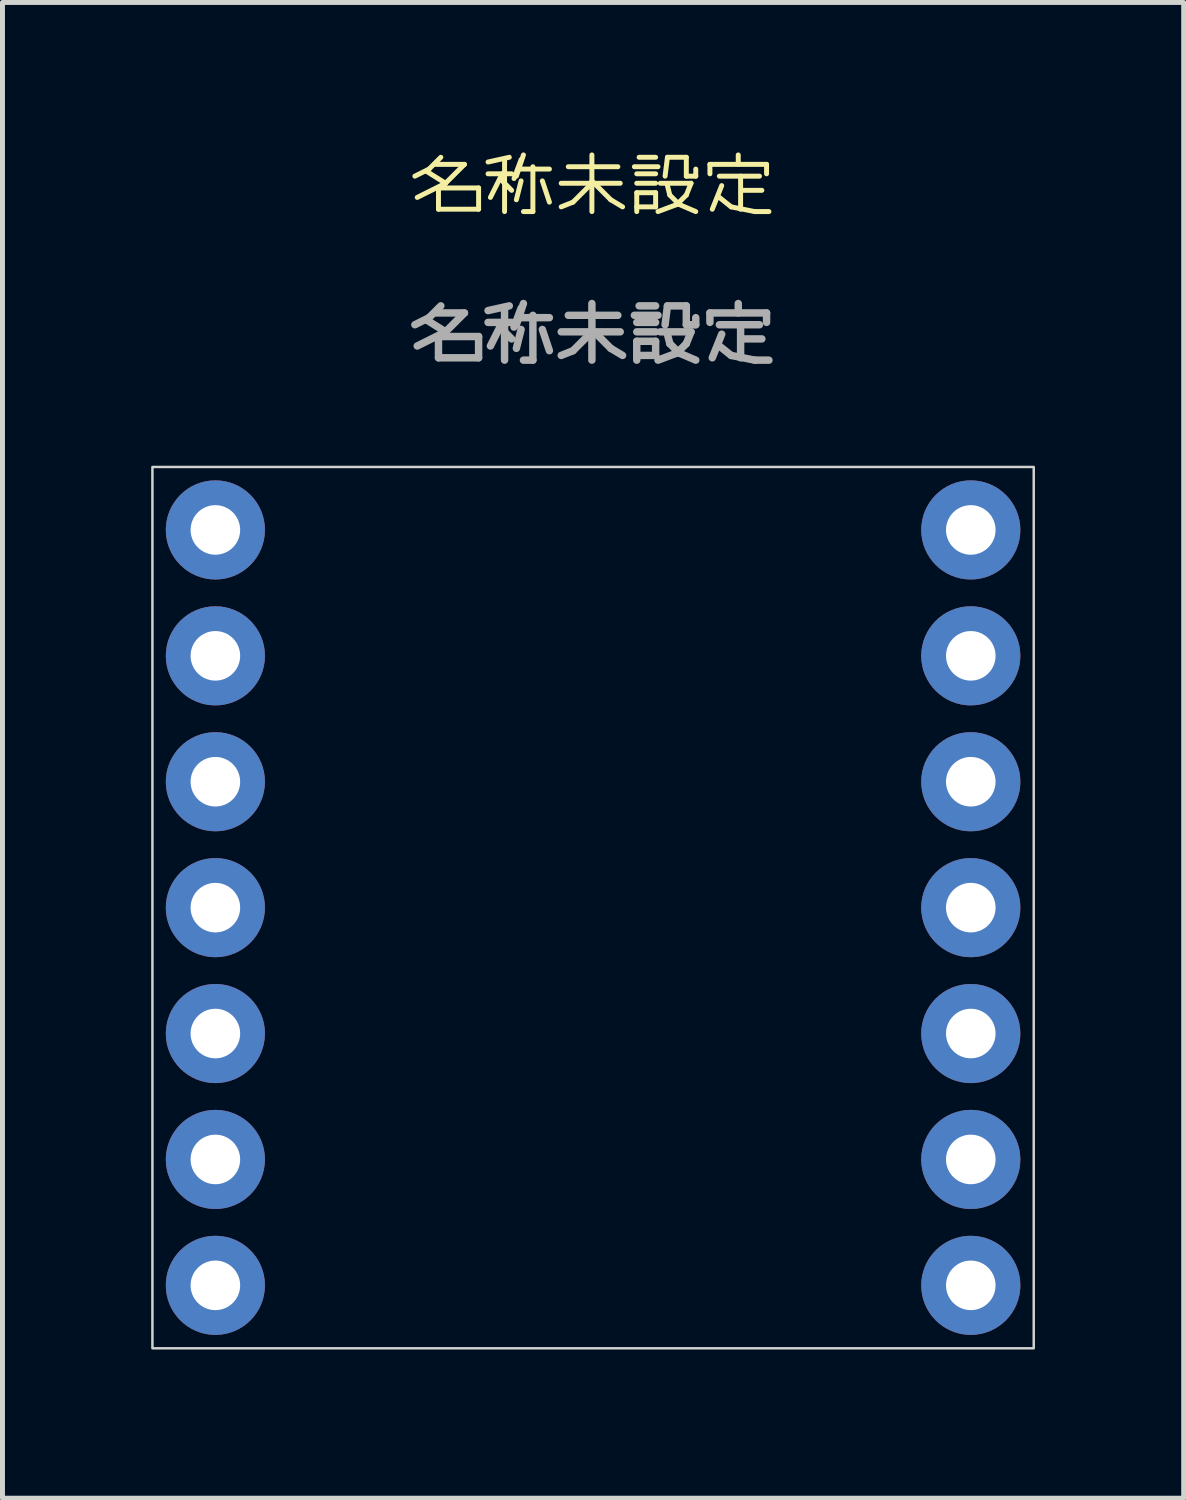
<source format=kicad_pcb>
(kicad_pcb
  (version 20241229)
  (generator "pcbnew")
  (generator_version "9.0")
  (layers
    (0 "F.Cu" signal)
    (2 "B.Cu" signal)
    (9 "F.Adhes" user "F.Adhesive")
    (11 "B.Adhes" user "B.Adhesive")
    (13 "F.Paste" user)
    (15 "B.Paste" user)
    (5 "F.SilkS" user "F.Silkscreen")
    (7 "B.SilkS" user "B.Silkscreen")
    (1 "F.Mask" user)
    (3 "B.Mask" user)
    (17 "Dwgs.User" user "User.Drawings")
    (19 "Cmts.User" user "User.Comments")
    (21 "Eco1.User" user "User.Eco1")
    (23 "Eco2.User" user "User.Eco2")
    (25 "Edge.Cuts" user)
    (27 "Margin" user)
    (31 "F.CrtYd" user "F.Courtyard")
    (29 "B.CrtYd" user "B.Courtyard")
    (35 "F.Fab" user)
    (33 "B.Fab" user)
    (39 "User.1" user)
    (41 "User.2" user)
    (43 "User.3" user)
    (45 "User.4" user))
  (footprint "名称未設定"
    (layer "F.Cu")
    (at 8.915 15.261)
    (property "Reference" "名称未設定" (at 0 -14.5 0) (unlocked yes) (layer "F.SilkS") (effects (font (size 1 1) (thickness 0.1))))
    (attr smd)
    (fp_rect (start -5.08 -8.89) (end 5.08 -3.81) (stroke (width 0.1) (type solid)) (fill no) (layer "Eco1.User"))
    (fp_poly (pts (xy -8.89 -8.89) (xy -8.89 8.89) (xy 8.89 8.89) (xy 8.89 -8.89)) (stroke (width 0.05) (type solid)) (fill no) (layer "Edge.Cuts"))
    (fp_text user "2" (at -6.35 -1.905 0) (unlocked yes) (layer "Eco1.User") (effects (font (size 1 1) (thickness 0.15)) (justify left bottom)))
    (fp_text user "VCC" (at 3.175 -6.985 0) (unlocked yes) (layer "Eco1.User") (effects (font (size 1 1) (thickness 0.15)) (justify left bottom)))
    (fp_text user "GND" (at 3.175 -4.445 0) (unlocked yes) (layer "Eco1.User") (effects (font (size 1 1) (thickness 0.15)) (justify left bottom)))
    (fp_text user "6" (at -6.35 8.255 0) (unlocked yes) (layer "Eco1.User") (effects (font (size 1 1) (thickness 0.15)) (justify left bottom)))
    (fp_text user "0" (at -6.35 -6.985 0) (unlocked yes) (layer "Eco1.User") (effects (font (size 1 1) (thickness 0.15)) (justify left bottom)))
    (fp_text user "4" (at -6.35 3.175 0) (unlocked yes) (layer "Eco1.User") (effects (font (size 1 1) (thickness 0.15)) (justify left bottom)))
    (fp_text user "8" (at 5.08 5.715 0) (unlocked yes) (layer "Eco1.User") (effects (font (size 1 1) (thickness 0.15)) (justify left bottom)))
    (fp_text user "5" (at -6.35 5.715 0) (unlocked yes) (layer "Eco1.User") (effects (font (size 1 1) (thickness 0.15)) (justify left bottom)))
    (fp_text user "3v3" (at 3.81 -1.905 0) (unlocked yes) (layer "Eco1.User") (effects (font (size 1 1) (thickness 0.15)) (justify left bottom)))
    (fp_text user "1" (at -6.35 -4.445 0) (unlocked yes) (layer "Eco1.User") (effects (font (size 1 1) (thickness 0.15)) (justify left bottom)))
    (fp_text user "10" (at 4.445 0.635 0) (unlocked yes) (layer "Eco1.User") (effects (font (size 1 1) (thickness 0.15)) (justify left bottom)))
    (fp_text user "3" (at -6.35 0.635 0) (unlocked yes) (layer "Eco1.User") (effects (font (size 1 1) (thickness 0.15)) (justify left bottom)))
    (fp_text user "XIAO" (at -1.524 8.255 0) (unlocked yes) (layer "Eco1.User") (effects (font (size 1 1) (thickness 0.15)) (justify left bottom)))
    (fp_text user "9" (at 5.08 3.175 0) (unlocked yes) (layer "Eco1.User") (effects (font (size 1 1) (thickness 0.15)) (justify left bottom)))
    (fp_text user "7" (at 5.08 8.255 0) (unlocked yes) (layer "Eco1.User") (effects (font (size 1 1) (thickness 0.15)) (justify left bottom)))
    (fp_text user "${REFERENCE}" (at 0 -11.5 0) (unlocked yes) (layer "F.Fab") (effects (font (size 1 1) (thickness 0.15))))
    (pad "1" thru_hole circle (at -7.62 -7.62) (size 2 2) (drill 1) (layers "*.Cu" "*.Mask"))
    (pad "2" thru_hole circle (at -7.62 -5.08) (size 2 2) (drill 1) (layers "*.Cu" "*.Mask"))
    (pad "3" thru_hole circle (at -7.62 -2.54) (size 2 2) (drill 1) (layers "*.Cu" "*.Mask"))
    (pad "4" thru_hole circle (at -7.62 0) (size 2 2) (drill 1) (layers "*.Cu" "*.Mask"))
    (pad "5" thru_hole circle (at -7.62 2.54) (size 2 2) (drill 1) (layers "*.Cu" "*.Mask"))
    (pad "6" thru_hole circle (at -7.62 5.08) (size 2 2) (drill 1) (layers "*.Cu" "*.Mask"))
    (pad "7" thru_hole circle (at -7.62 7.62) (size 2 2) (drill 1) (layers "*.Cu" "*.Mask"))
    (pad "8" thru_hole circle (at 7.62 7.62) (size 2 2) (drill 1) (layers "*.Cu" "*.Mask"))
    (pad "9" thru_hole circle (at 7.62 5.08) (size 2 2) (drill 1) (layers "*.Cu" "*.Mask"))
    (pad "10" thru_hole circle (at 7.62 2.54) (size 2 2) (drill 1) (layers "*.Cu" "*.Mask"))
    (pad "11" thru_hole circle (at 7.62 0) (size 2 2) (drill 1) (layers "*.Cu" "*.Mask"))
    (pad "12" thru_hole circle (at 7.62 -2.54) (size 2 2) (drill 1) (layers "*.Cu" "*.Mask"))
    (pad "13" thru_hole circle (at 7.62 -5.08) (size 2 2) (drill 1) (layers "*.Cu" "*.Mask"))
    (pad "14" thru_hole circle (at 7.62 -7.62) (size 2 2) (drill 1) (layers "*.Cu" "*.Mask")))
  (gr_rect
    (start -3 -3)
    (end 20.83 27.175)
    (stroke (width 0.1) (type default))
    (fill no)
    (layer "Edge.Cuts")))
</source>
